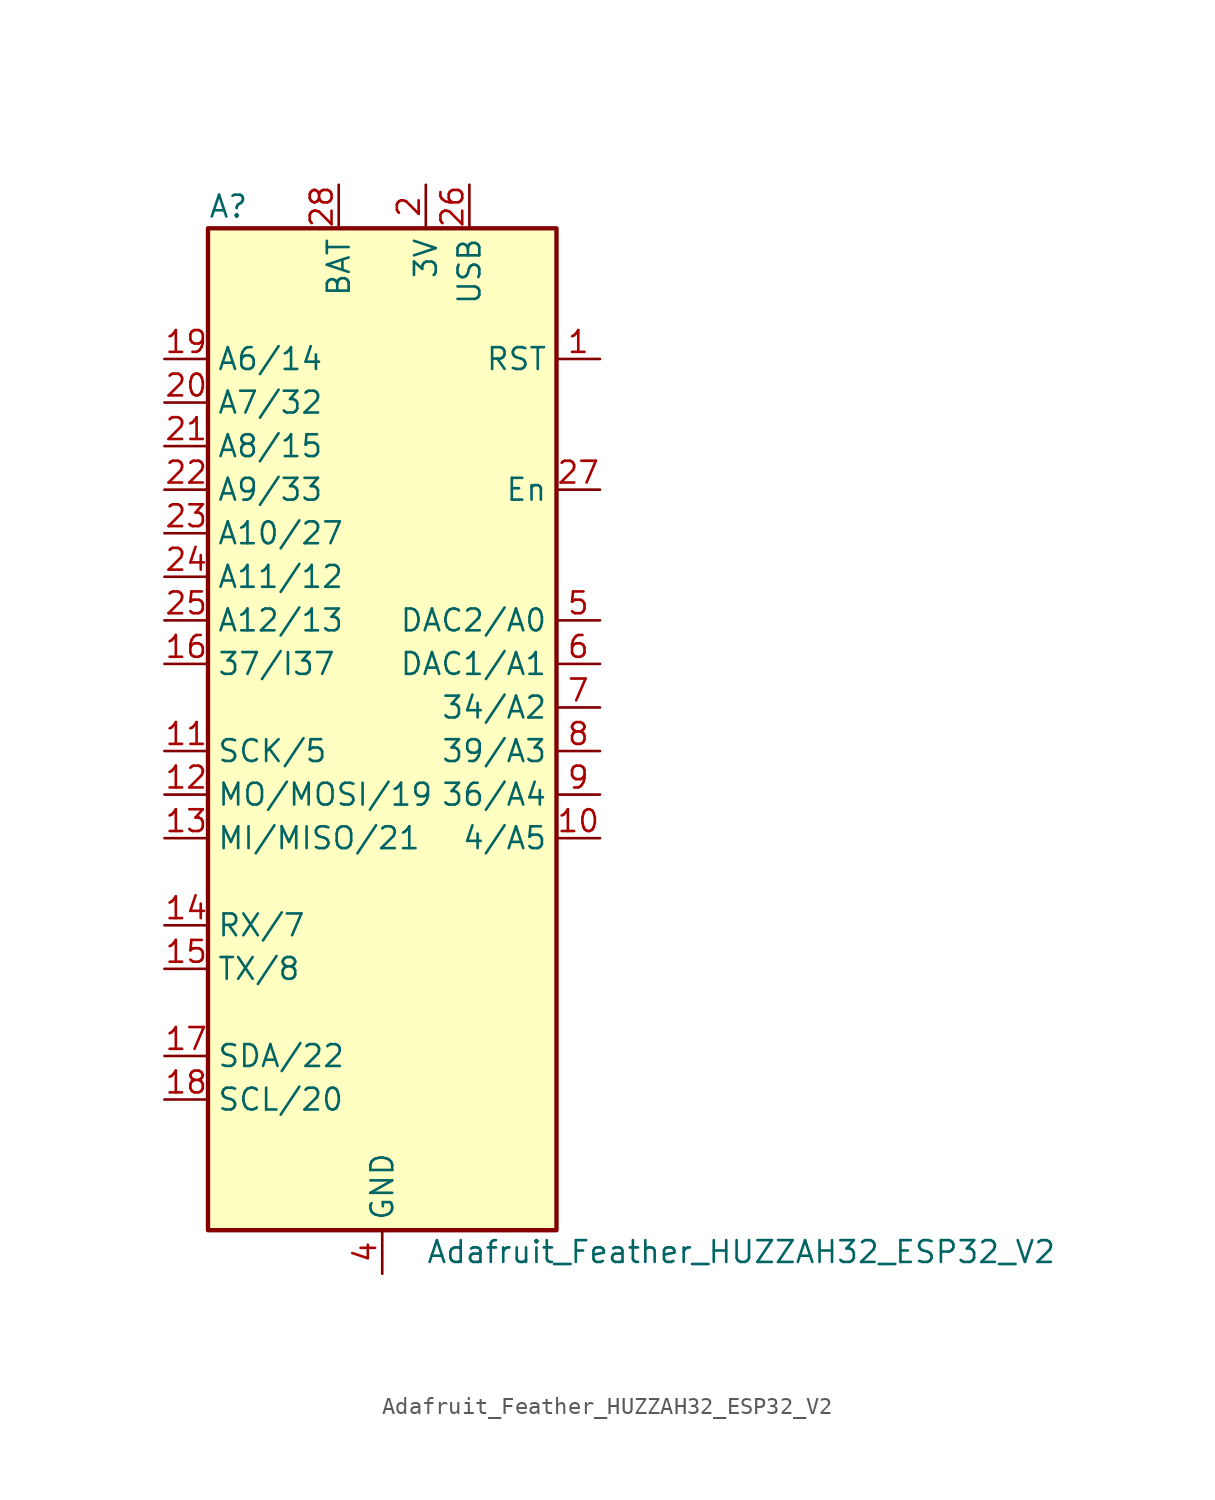
<source format=kicad_sym>
(kicad_symbol_lib
  (version 20211014)
  (generator kicad_symbol_editor)
  (symbol "Adafruit_Feather_HUZZAH32_ESP32_V2"
    (property "Reference" "A"
      (at -10.16 29.21 0)
      (effects (font (size 1.27 1.27)) (justify left)))
    (property "Value" "Adafruit_Feather_HUZZAH32_ESP32_V2"
      (at 2.54 -31.75 0)
      (effects (font (size 1.27 1.27)) (justify left)))
    (symbol "Adafruit_Feather_HUZZAH32_ESP32_V2_0_1"
      (rectangle (start -10.16 27.94) (end 10.16 -30.48) (stroke (width 0.254) (type default) (color 0 0 0 0)) (fill (type background))))
    (symbol "Adafruit_Feather_HUZZAH32_ESP32_V2_1_1"
      (pin input line (at 12.7 20.32 180) (length 2.54) (name "RST" (effects (font (size 1.27 1.27)))) (number "1" (effects (font (size 1.27 1.27)))))
      (pin bidirectional line (at 12.7 -7.62 180) (length 2.54) (name "4/A5" (effects (font (size 1.27 1.27)))) (number "10" (effects (font (size 1.27 1.27)))))
      (pin bidirectional line (at -12.7 -2.54 0) (length 2.54) (name "SCK/5" (effects (font (size 1.27 1.27)))) (number "11" (effects (font (size 1.27 1.27)))))
      (pin bidirectional line (at -12.7 -5.08 0) (length 2.54) (name "MO/MOSI/19" (effects (font (size 1.27 1.27)))) (number "12" (effects (font (size 1.27 1.27)))))
      (pin bidirectional line (at -12.7 -7.62 0) (length 2.54) (name "MI/MISO/21" (effects (font (size 1.27 1.27)))) (number "13" (effects (font (size 1.27 1.27)))))
      (pin bidirectional line (at -12.7 -12.7 0) (length 2.54) (name "RX/7" (effects (font (size 1.27 1.27)))) (number "14" (effects (font (size 1.27 1.27)))))
      (pin bidirectional line (at -12.7 -15.24 0) (length 2.54) (name "TX/8" (effects (font (size 1.27 1.27)))) (number "15" (effects (font (size 1.27 1.27)))))
      (pin bidirectional line (at -12.7 2.54 0) (length 2.54) (name "37/I37" (effects (font (size 1.27 1.27)))) (number "16" (effects (font (size 1.27 1.27)))))
      (pin bidirectional line (at -12.7 -20.32 0) (length 2.54) (name "SDA/22" (effects (font (size 1.27 1.27)))) (number "17" (effects (font (size 1.27 1.27)))))
      (pin bidirectional line (at -12.7 -22.86 0) (length 2.54) (name "SCL/20" (effects (font (size 1.27 1.27)))) (number "18" (effects (font (size 1.27 1.27)))))
      (pin bidirectional line (at -12.7 20.32 0) (length 2.54) (name "A6/14" (effects (font (size 1.27 1.27)))) (number "19" (effects (font (size 1.27 1.27)))))
      (pin power_in line (at 2.54 30.48 270) (length 2.54) (name "3V" (effects (font (size 1.27 1.27)))) (number "2" (effects (font (size 1.27 1.27)))))
      (pin bidirectional line (at -12.7 17.78 0) (length 2.54) (name "A7/32" (effects (font (size 1.27 1.27)))) (number "20" (effects (font (size 1.27 1.27)))))
      (pin bidirectional line (at -12.7 15.24 0) (length 2.54) (name "A8/15" (effects (font (size 1.27 1.27)))) (number "21" (effects (font (size 1.27 1.27)))))
      (pin bidirectional line (at -12.7 12.7 0) (length 2.54) (name "A9/33" (effects (font (size 1.27 1.27)))) (number "22" (effects (font (size 1.27 1.27)))))
      (pin bidirectional line (at -12.7 10.16 0) (length 2.54) (name "A10/27" (effects (font (size 1.27 1.27)))) (number "23" (effects (font (size 1.27 1.27)))))
      (pin bidirectional line (at -12.7 7.62 0) (length 2.54) (name "A11/12" (effects (font (size 1.27 1.27)))) (number "24" (effects (font (size 1.27 1.27)))))
      (pin bidirectional line (at -12.7 5.08 0) (length 2.54) (name "A12/13" (effects (font (size 1.27 1.27)))) (number "25" (effects (font (size 1.27 1.27)))))
      (pin power_in line (at 5.08 30.48 270) (length 2.54) (name "USB" (effects (font (size 1.27 1.27)))) (number "26" (effects (font (size 1.27 1.27)))))
      (pin input line (at 12.7 12.7 180) (length 2.54) (name "En" (effects (font (size 1.27 1.27)))) (number "27" (effects (font (size 1.27 1.27)))))
      (pin power_in line (at -2.54 30.48 270) (length 2.54) (name "BAT" (effects (font (size 1.27 1.27)))) (number "28" (effects (font (size 1.27 1.27)))))
      (pin no_connect line (at 10.16 10.16 180) (length 2.54) hide (name "NC" (effects (font (size 1.27 1.27)))) (number "3" (effects (font (size 1.27 1.27)))))
      (pin power_in line (at 0 -33.02 90) (length 2.54) (name "GND" (effects (font (size 1.27 1.27)))) (number "4" (effects (font (size 1.27 1.27)))))
      (pin bidirectional line (at 12.7 5.08 180) (length 2.54) (name "DAC2/A0" (effects (font (size 1.27 1.27)))) (number "5" (effects (font (size 1.27 1.27)))))
      (pin bidirectional line (at 12.7 2.54 180) (length 2.54) (name "DAC1/A1" (effects (font (size 1.27 1.27)))) (number "6" (effects (font (size 1.27 1.27)))))
      (pin bidirectional line (at 12.7 0 180) (length 2.54) (name "34/A2" (effects (font (size 1.27 1.27)))) (number "7" (effects (font (size 1.27 1.27)))))
      (pin bidirectional line (at 12.7 -2.54 180) (length 2.54) (name "39/A3" (effects (font (size 1.27 1.27)))) (number "8" (effects (font (size 1.27 1.27)))))
      (pin bidirectional line (at 12.7 -5.08 180) (length 2.54) (name "36/A4" (effects (font (size 1.27 1.27)))) (number "9" (effects (font (size 1.27 1.27))))))))
</source>
